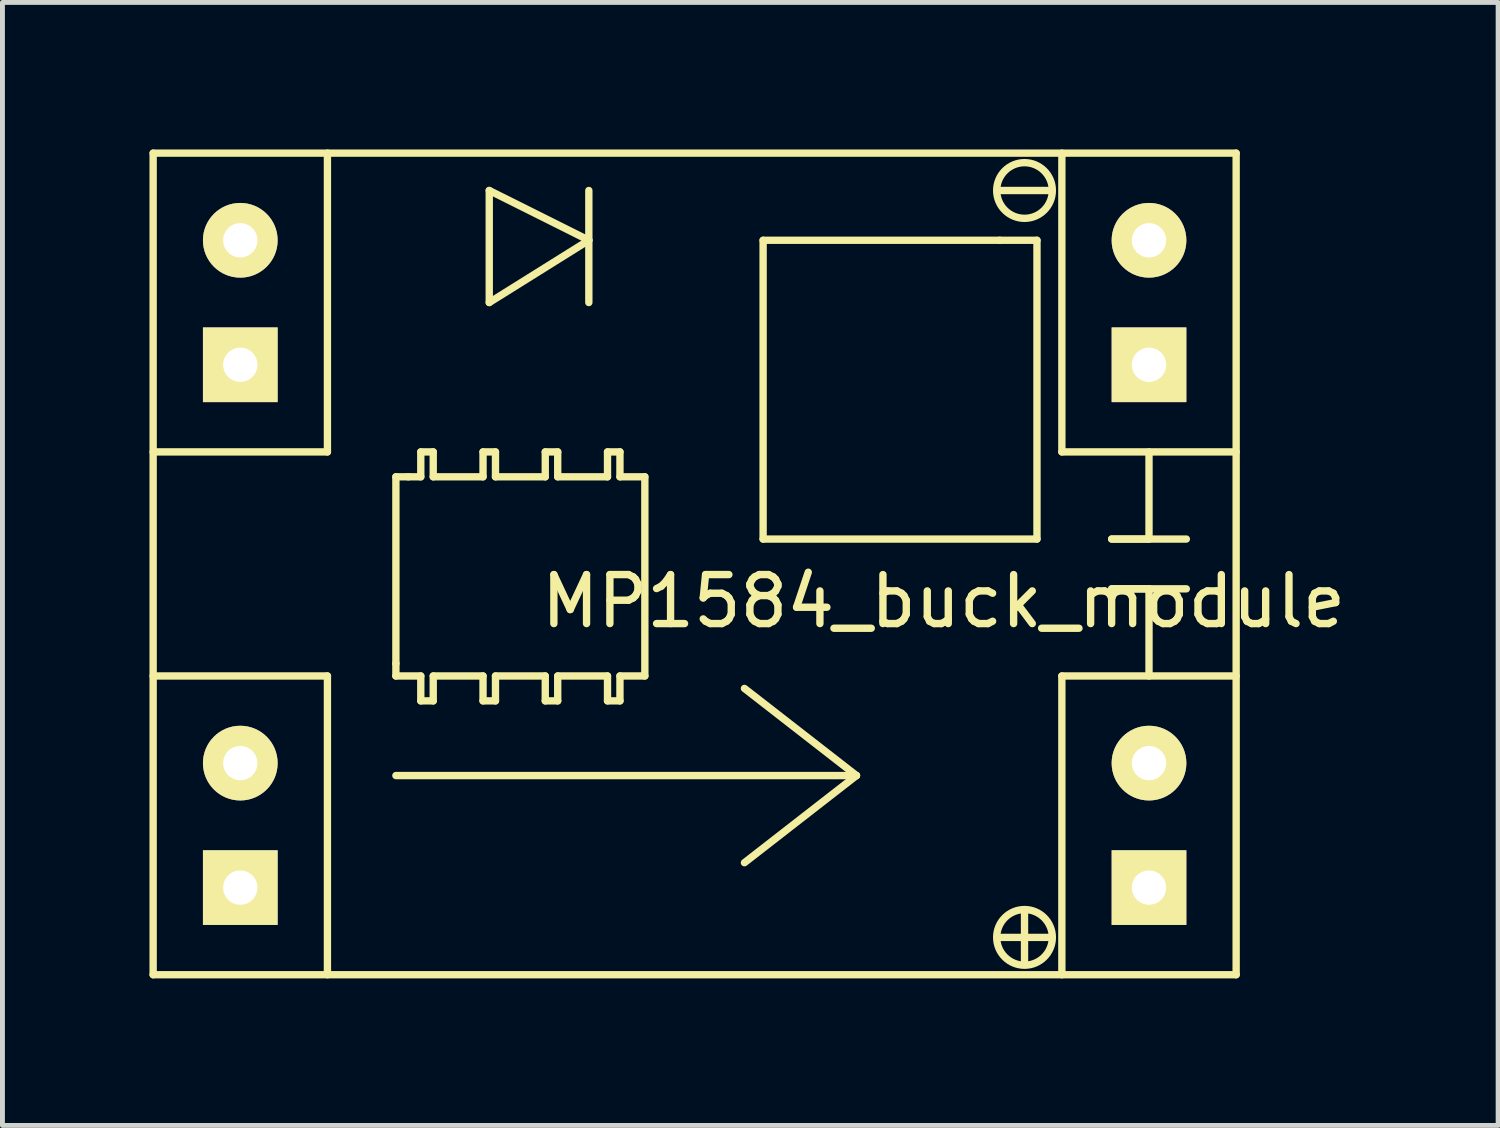
<source format=kicad_pcb>
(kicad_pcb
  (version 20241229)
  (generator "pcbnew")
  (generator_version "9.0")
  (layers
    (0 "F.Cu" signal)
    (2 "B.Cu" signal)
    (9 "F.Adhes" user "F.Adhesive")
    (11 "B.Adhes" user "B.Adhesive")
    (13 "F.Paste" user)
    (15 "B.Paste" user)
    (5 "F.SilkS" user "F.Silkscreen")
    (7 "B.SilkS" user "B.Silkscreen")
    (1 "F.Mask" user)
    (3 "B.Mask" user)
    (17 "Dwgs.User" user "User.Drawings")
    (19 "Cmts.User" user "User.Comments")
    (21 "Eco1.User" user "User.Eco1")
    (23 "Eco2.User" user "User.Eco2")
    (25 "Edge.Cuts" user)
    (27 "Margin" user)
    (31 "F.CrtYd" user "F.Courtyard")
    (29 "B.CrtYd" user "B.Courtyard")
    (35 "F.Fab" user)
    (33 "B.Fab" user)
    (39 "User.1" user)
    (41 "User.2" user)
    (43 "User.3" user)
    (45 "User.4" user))
  (footprint "MP1584_buck_module"
    (layer "F.Cu")
    (at 11.124 8.457)
    (property "Reference" "MP1584_buck_module" (at 5.08 0.762 0) (layer "F.SilkS") (effects (font (size 1 1) (thickness 0.15))))
    (attr through_hole)
    (fp_line (start -11.049 -8.382) (end 11.049 -8.382) (stroke (width 0.15) (type solid)) (layer "F.SilkS"))
    (fp_line (start -11.049 2.286) (end -7.493 2.286) (stroke (width 0.15) (type solid)) (layer "F.SilkS"))
    (fp_line (start -11.049 8.382) (end -11.049 -8.382) (stroke (width 0.15) (type solid)) (layer "F.SilkS"))
    (fp_line (start -7.493 -8.382) (end -7.493 -2.286) (stroke (width 0.15) (type solid)) (layer "F.SilkS"))
    (fp_line (start -7.493 -2.286) (end -11.049 -2.286) (stroke (width 0.15) (type solid)) (layer "F.SilkS"))
    (fp_line (start -7.493 2.286) (end -7.493 8.382) (stroke (width 0.15) (type solid)) (layer "F.SilkS"))
    (fp_line (start -6.096 -1.778) (end -5.842 -1.778) (stroke (width 0.15) (type solid)) (layer "F.SilkS"))
    (fp_line (start -6.096 2.032) (end -6.096 -1.778) (stroke (width 0.15) (type solid)) (layer "F.SilkS"))
    (fp_line (start -6.096 2.286) (end -6.096 2.032) (stroke (width 0.15) (type solid)) (layer "F.SilkS"))
    (fp_line (start -6.096 4.318) (end 3.302 4.318) (stroke (width 0.15) (type solid)) (layer "F.SilkS"))
    (fp_line (start -5.842 -1.778) (end -5.588 -1.778) (stroke (width 0.15) (type solid)) (layer "F.SilkS"))
    (fp_line (start -5.588 -2.286) (end -5.334 -2.286) (stroke (width 0.15) (type solid)) (layer "F.SilkS"))
    (fp_line (start -5.588 -1.778) (end -5.588 -2.286) (stroke (width 0.15) (type solid)) (layer "F.SilkS"))
    (fp_line (start -5.588 2.286) (end -6.096 2.286) (stroke (width 0.15) (type solid)) (layer "F.SilkS"))
    (fp_line (start -5.588 2.794) (end -5.588 2.286) (stroke (width 0.15) (type solid)) (layer "F.SilkS"))
    (fp_line (start -5.334 -1.778) (end -5.334 -2.286) (stroke (width 0.15) (type solid)) (layer "F.SilkS"))
    (fp_line (start -5.334 -1.778) (end -4.318 -1.778) (stroke (width 0.15) (type solid)) (layer "F.SilkS"))
    (fp_line (start -5.334 2.286) (end -5.334 2.794) (stroke (width 0.15) (type solid)) (layer "F.SilkS"))
    (fp_line (start -5.334 2.794) (end -5.588 2.794) (stroke (width 0.15) (type solid)) (layer "F.SilkS"))
    (fp_line (start -4.318 -2.286) (end -4.064 -2.286) (stroke (width 0.15) (type solid)) (layer "F.SilkS"))
    (fp_line (start -4.318 -1.778) (end -4.318 -2.286) (stroke (width 0.15) (type solid)) (layer "F.SilkS"))
    (fp_line (start -4.318 2.286) (end -5.334 2.286) (stroke (width 0.15) (type solid)) (layer "F.SilkS"))
    (fp_line (start -4.318 2.794) (end -4.318 2.286) (stroke (width 0.15) (type solid)) (layer "F.SilkS"))
    (fp_line (start -4.191 -7.62) (end -4.191 -5.334) (stroke (width 0.15) (type solid)) (layer "F.SilkS"))
    (fp_line (start -4.191 -5.334) (end -2.159 -6.604) (stroke (width 0.15) (type solid)) (layer "F.SilkS"))
    (fp_line (start -4.064 -1.778) (end -4.064 -2.286) (stroke (width 0.15) (type solid)) (layer "F.SilkS"))
    (fp_line (start -4.064 -1.778) (end -3.048 -1.778) (stroke (width 0.15) (type solid)) (layer "F.SilkS"))
    (fp_line (start -4.064 2.286) (end -4.064 2.794) (stroke (width 0.15) (type solid)) (layer "F.SilkS"))
    (fp_line (start -4.064 2.794) (end -4.318 2.794) (stroke (width 0.15) (type solid)) (layer "F.SilkS"))
    (fp_line (start -3.048 -2.286) (end -2.794 -2.286) (stroke (width 0.15) (type solid)) (layer "F.SilkS"))
    (fp_line (start -3.048 -1.778) (end -3.048 -2.286) (stroke (width 0.15) (type solid)) (layer "F.SilkS"))
    (fp_line (start -3.048 2.286) (end -4.064 2.286) (stroke (width 0.15) (type solid)) (layer "F.SilkS"))
    (fp_line (start -3.048 2.794) (end -3.048 2.286) (stroke (width 0.15) (type solid)) (layer "F.SilkS"))
    (fp_line (start -2.794 -2.286) (end -2.794 -1.778) (stroke (width 0.15) (type solid)) (layer "F.SilkS"))
    (fp_line (start -2.794 -1.778) (end -1.778 -1.778) (stroke (width 0.15) (type solid)) (layer "F.SilkS"))
    (fp_line (start -2.794 2.286) (end -2.794 2.794) (stroke (width 0.15) (type solid)) (layer "F.SilkS"))
    (fp_line (start -2.794 2.794) (end -3.048 2.794) (stroke (width 0.15) (type solid)) (layer "F.SilkS"))
    (fp_line (start -2.159 -7.62) (end -2.159 -5.334) (stroke (width 0.15) (type solid)) (layer "F.SilkS"))
    (fp_line (start -2.159 -6.604) (end -4.191 -7.62) (stroke (width 0.15) (type solid)) (layer "F.SilkS"))
    (fp_line (start -1.778 -2.286) (end -1.524 -2.286) (stroke (width 0.15) (type solid)) (layer "F.SilkS"))
    (fp_line (start -1.778 -1.778) (end -1.778 -2.286) (stroke (width 0.15) (type solid)) (layer "F.SilkS"))
    (fp_line (start -1.778 2.286) (end -2.794 2.286) (stroke (width 0.15) (type solid)) (layer "F.SilkS"))
    (fp_line (start -1.778 2.794) (end -1.778 2.286) (stroke (width 0.15) (type solid)) (layer "F.SilkS"))
    (fp_line (start -1.524 -1.778) (end -1.524 -2.286) (stroke (width 0.15) (type solid)) (layer "F.SilkS"))
    (fp_line (start -1.524 -1.778) (end -1.016 -1.778) (stroke (width 0.15) (type solid)) (layer "F.SilkS"))
    (fp_line (start -1.524 2.286) (end -1.524 2.794) (stroke (width 0.15) (type solid)) (layer "F.SilkS"))
    (fp_line (start -1.524 2.794) (end -1.778 2.794) (stroke (width 0.15) (type solid)) (layer "F.SilkS"))
    (fp_line (start -1.016 -1.778) (end -1.016 2.286) (stroke (width 0.15) (type solid)) (layer "F.SilkS"))
    (fp_line (start -1.016 2.286) (end -1.524 2.286) (stroke (width 0.15) (type solid)) (layer "F.SilkS"))
    (fp_line (start 1.397 -6.604) (end 1.397 -0.508) (stroke (width 0.15) (type solid)) (layer "F.SilkS"))
    (fp_line (start 1.397 -0.508) (end 6.985 -0.508) (stroke (width 0.15) (type solid)) (layer "F.SilkS"))
    (fp_line (start 3.302 4.318) (end 1.016 2.54) (stroke (width 0.15) (type solid)) (layer "F.SilkS"))
    (fp_line (start 3.302 4.318) (end 1.016 6.096) (stroke (width 0.15) (type solid)) (layer "F.SilkS"))
    (fp_line (start 6.223 -7.62) (end 7.239 -7.62) (stroke (width 0.15) (type solid)) (layer "F.SilkS"))
    (fp_line (start 6.223 -6.604) (end 1.397 -6.604) (stroke (width 0.15) (type solid)) (layer "F.SilkS"))
    (fp_line (start 6.223 7.62) (end 7.239 7.62) (stroke (width 0.15) (type solid)) (layer "F.SilkS"))
    (fp_line (start 6.731 7.112) (end 6.731 8.128) (stroke (width 0.15) (type solid)) (layer "F.SilkS"))
    (fp_line (start 6.985 -6.604) (end 6.223 -6.604) (stroke (width 0.15) (type solid)) (layer "F.SilkS"))
    (fp_line (start 6.985 -0.508) (end 6.985 -6.604) (stroke (width 0.15) (type solid)) (layer "F.SilkS"))
    (fp_line (start 7.493 -2.286) (end 7.493 -8.382) (stroke (width 0.15) (type solid)) (layer "F.SilkS"))
    (fp_line (start 7.493 2.286) (end 11.049 2.286) (stroke (width 0.15) (type solid)) (layer "F.SilkS"))
    (fp_line (start 7.493 8.382) (end 7.493 2.286) (stroke (width 0.15) (type solid)) (layer "F.SilkS"))
    (fp_line (start 8.509 -0.508) (end 10.033 -0.508) (stroke (width 0.15) (type solid)) (layer "F.SilkS"))
    (fp_line (start 8.509 0.508) (end 9.271 0.508) (stroke (width 0.15) (type solid)) (layer "F.SilkS"))
    (fp_line (start 9.271 -2.286) (end 9.271 -0.508) (stroke (width 0.15) (type solid)) (layer "F.SilkS"))
    (fp_line (start 9.271 -0.508) (end 8.509 -0.508) (stroke (width 0.15) (type solid)) (layer "F.SilkS"))
    (fp_line (start 9.271 0.508) (end 9.271 2.286) (stroke (width 0.15) (type solid)) (layer "F.SilkS"))
    (fp_line (start 10.033 0.508) (end 8.509 0.508) (stroke (width 0.15) (type solid)) (layer "F.SilkS"))
    (fp_line (start 11.049 -8.382) (end 11.049 8.382) (stroke (width 0.15) (type solid)) (layer "F.SilkS"))
    (fp_line (start 11.049 -2.286) (end 7.493 -2.286) (stroke (width 0.15) (type solid)) (layer "F.SilkS"))
    (fp_line (start 11.049 8.382) (end -11.049 8.382) (stroke (width 0.15) (type solid)) (layer "F.SilkS"))
    (fp_circle (center 6.731 -7.62) (end 7.239 -7.874) (stroke (width 0.15) (type solid)) (fill no) (layer "F.SilkS"))
    (fp_circle (center 6.731 7.62) (end 7.239 7.874) (stroke (width 0.15) (type solid)) (fill no) (layer "F.SilkS"))
    (pad "1" thru_hole circle (at -9.271 4.064) (size 1.524 1.524) (drill 0.7) (layers "*.Cu" "*.Mask" "F.SilkS"))
    (pad "1" thru_hole rect (at -9.271 6.604) (size 1.524 1.524) (drill 0.7) (layers "*.Cu" "*.Mask" "F.SilkS"))
    (pad "2" thru_hole circle (at -9.271 -6.604) (size 1.524 1.524) (drill 0.7) (layers "*.Cu" "*.Mask" "F.SilkS"))
    (pad "2" thru_hole rect (at -9.271 -4.064) (size 1.524 1.524) (drill 0.7) (layers "*.Cu" "*.Mask" "F.SilkS"))
    (pad "3" thru_hole circle (at 9.271 -6.604) (size 1.524 1.524) (drill 0.7) (layers "*.Cu" "*.Mask" "F.SilkS"))
    (pad "3" thru_hole rect (at 9.271 -4.064) (size 1.524 1.524) (drill 0.7) (layers "*.Cu" "*.Mask" "F.SilkS"))
    (pad "4" thru_hole circle (at 9.271 4.064) (size 1.524 1.524) (drill 0.7) (layers "*.Cu" "*.Mask" "F.SilkS"))
    (pad "4" thru_hole rect (at 9.271 6.604) (size 1.524 1.524) (drill 0.7) (layers "*.Cu" "*.Mask" "F.SilkS")))
  (gr_rect
    (start -3 -3)
    (end 27.519 19.914)
    (stroke (width 0.1) (type default))
    (fill no)
    (layer "Edge.Cuts")))
</source>
